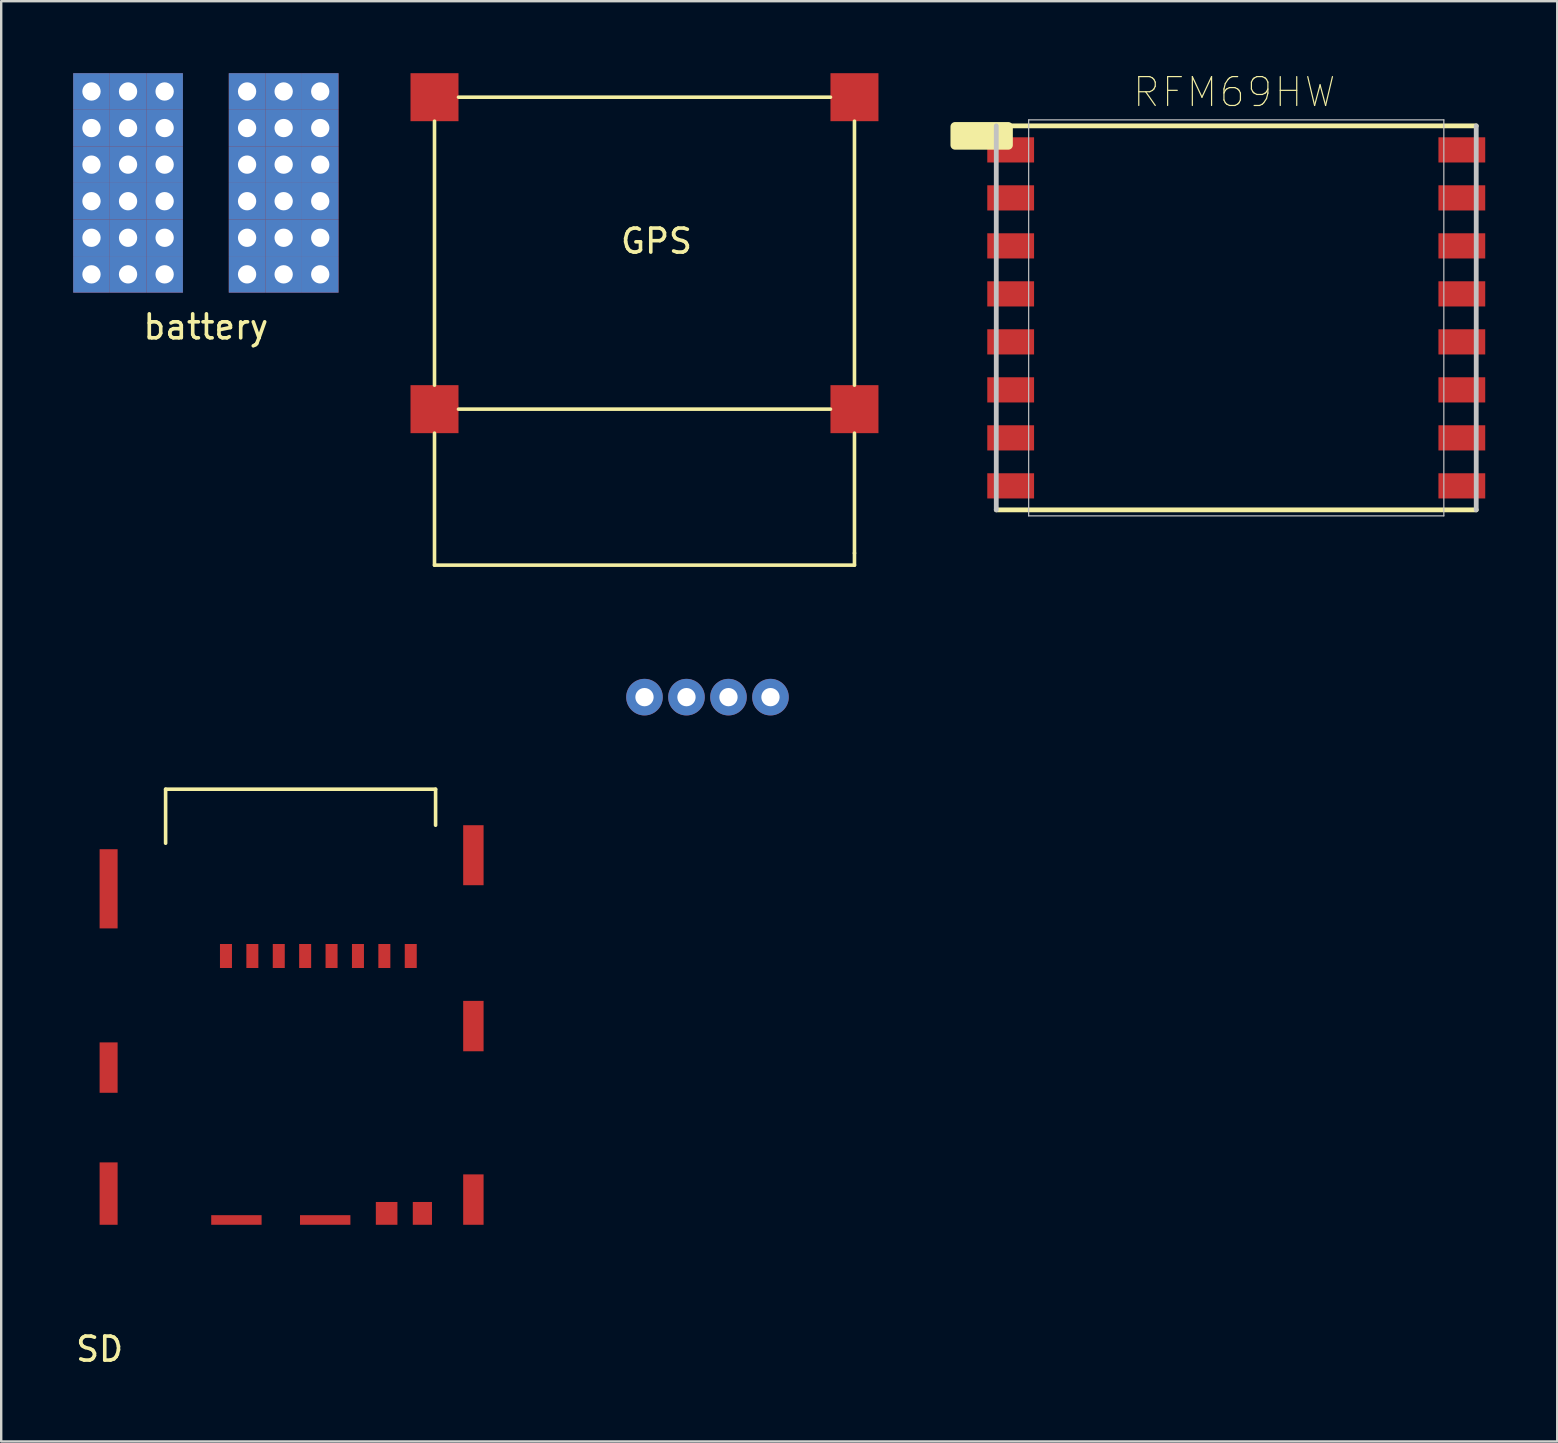
<source format=kicad_pcb>
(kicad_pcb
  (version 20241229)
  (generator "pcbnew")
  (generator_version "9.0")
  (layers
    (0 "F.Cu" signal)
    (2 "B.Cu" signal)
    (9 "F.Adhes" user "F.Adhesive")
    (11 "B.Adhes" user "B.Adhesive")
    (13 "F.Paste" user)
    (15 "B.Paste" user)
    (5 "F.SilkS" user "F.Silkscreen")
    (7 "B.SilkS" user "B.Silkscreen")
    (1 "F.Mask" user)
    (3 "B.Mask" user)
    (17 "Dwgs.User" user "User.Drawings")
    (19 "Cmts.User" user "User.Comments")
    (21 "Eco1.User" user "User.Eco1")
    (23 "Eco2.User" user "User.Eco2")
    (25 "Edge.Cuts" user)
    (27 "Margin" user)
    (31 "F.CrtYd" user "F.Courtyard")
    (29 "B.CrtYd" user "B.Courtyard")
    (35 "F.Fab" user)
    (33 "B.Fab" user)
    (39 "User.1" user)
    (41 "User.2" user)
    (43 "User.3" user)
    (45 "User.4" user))
  (footprint "GPS"
    (layer "F.Cu")
    (at 23.806 14)
    (property "Reference" "GPS" (at 0.5 -7 0) (layer "F.SilkS") (effects (font (size 1 1) (thickness 0.15))))
    (attr through_hole)
    (fp_line (start -8.75 -12) (end -8.75 -1) (stroke (width 0.15) (type solid)) (layer "F.SilkS"))
    (fp_line (start -8.75 1) (end -8.75 6.5) (stroke (width 0.15) (type solid)) (layer "F.SilkS"))
    (fp_line (start -7.75 0) (end 7.75 0) (stroke (width 0.15) (type solid)) (layer "F.SilkS"))
    (fp_line (start 7.75 -13) (end -7.75 -13) (stroke (width 0.15) (type solid)) (layer "F.SilkS"))
    (fp_line (start 8.75 -1) (end 8.75 -12) (stroke (width 0.15) (type solid)) (layer "F.SilkS"))
    (fp_line (start 8.75 1) (end 8.75 6) (stroke (width 0.15) (type solid)) (layer "F.SilkS"))
    (fp_line (start 8.75 6) (end 8.75 6.5) (stroke (width 0.15) (type solid)) (layer "F.SilkS"))
    (fp_line (start 8.75 6.5) (end -8.75 6.5) (stroke (width 0.15) (type solid)) (layer "F.SilkS"))
    (pad "" connect rect (at -8.75 -13) (size 2 2) (layers "F.Cu" "F.Mask"))
    (pad "" connect rect (at -8.75 0) (size 2 2) (layers "F.Cu" "F.Mask"))
    (pad "" connect rect (at 8.75 -13) (size 2 2) (layers "F.Cu" "F.Mask"))
    (pad "" connect rect (at 8.75 0) (size 2 2) (layers "F.Cu" "F.Mask"))
    (pad "1" thru_hole circle (at 5.25 12) (size 1.524 1.524) (drill 0.762) (layers "*.Cu" "*.Mask"))
    (pad "2" thru_hole circle (at 3.5 12) (size 1.524 1.524) (drill 0.762) (layers "*.Cu" "*.Mask"))
    (pad "3" thru_hole circle (at 1.75 12) (size 1.524 1.524) (drill 0.762) (layers "*.Cu" "*.Mask"))
    (pad "4" thru_hole circle (at 0 12) (size 1.524 1.524) (drill 0.762) (layers "*.Cu" "*.Mask")))
  (footprint "RFM69HW"
    (layer "F.Cu")
    (at 48.465 10.196)
    (property "Reference" "RFM69HW" (at -0.084 -9.405 0) (layer "F.SilkS") (effects (font (size 1.202 1.202) (thickness 0.05))))
    (attr smd)
    (fp_line (start -10 -8) (end 10 -8) (stroke (width 0.2) (type solid)) (layer "F.SilkS"))
    (fp_line (start 10 8) (end -10 8) (stroke (width 0.2) (type solid)) (layer "F.SilkS"))
    (fp_poly (pts (xy -11.718 -7.2) (xy -9.5 -7.2) (xy -9.5 -7.969) (xy -11.718 -7.969)) (stroke (width 0.381) (type solid)) (fill yes) (layer "F.SilkS"))
    (fp_line (start -10 8) (end -10 -8) (stroke (width 0.2) (type solid)) (layer "Dwgs.User"))
    (fp_line (start -8.65 -8.25) (end 8.65 -8.25) (stroke (width 0.05) (type solid)) (layer "Dwgs.User"))
    (fp_line (start -8.65 8.25) (end -8.65 -8.25) (stroke (width 0.05) (type solid)) (layer "Dwgs.User"))
    (fp_line (start 8.65 -8.25) (end 8.65 8.25) (stroke (width 0.05) (type solid)) (layer "Dwgs.User"))
    (fp_line (start 8.65 8.25) (end -8.65 8.25) (stroke (width 0.05) (type solid)) (layer "Dwgs.User"))
    (fp_line (start 10 -8) (end 10 8) (stroke (width 0.2) (type solid)) (layer "Dwgs.User"))
    (pad "1" smd rect (at -9.4 -7) (size 1.95 1.05) (layers "F.Cu" "F.Mask" "F.Paste"))
    (pad "2" smd rect (at -9.4 -5) (size 1.95 1.05) (layers "F.Cu" "F.Mask" "F.Paste"))
    (pad "3" smd rect (at -9.4 -3) (size 1.95 1.05) (layers "F.Cu" "F.Mask" "F.Paste"))
    (pad "4" smd rect (at -9.4 -1) (size 1.95 1.05) (layers "F.Cu" "F.Mask" "F.Paste"))
    (pad "5" smd rect (at -9.4 1) (size 1.95 1.05) (layers "F.Cu" "F.Mask" "F.Paste"))
    (pad "6" smd rect (at -9.4 3) (size 1.95 1.05) (layers "F.Cu" "F.Mask" "F.Paste"))
    (pad "7" smd rect (at -9.4 5) (size 1.95 1.05) (layers "F.Cu" "F.Mask" "F.Paste"))
    (pad "8" smd rect (at -9.4 7) (size 1.95 1.05) (layers "F.Cu" "F.Mask" "F.Paste"))
    (pad "9" smd rect (at 9.4 7 180) (size 1.95 1.05) (layers "F.Cu" "F.Mask" "F.Paste"))
    (pad "10" smd rect (at 9.4 5 180) (size 1.95 1.05) (layers "F.Cu" "F.Mask" "F.Paste"))
    (pad "11" smd rect (at 9.4 3 180) (size 1.95 1.05) (layers "F.Cu" "F.Mask" "F.Paste"))
    (pad "12" smd rect (at 9.4 1 180) (size 1.95 1.05) (layers "F.Cu" "F.Mask" "F.Paste"))
    (pad "13" smd rect (at 9.4 -1 180) (size 1.95 1.05) (layers "F.Cu" "F.Mask" "F.Paste"))
    (pad "14" smd rect (at 9.4 -3 180) (size 1.95 1.05) (layers "F.Cu" "F.Mask" "F.Paste"))
    (pad "15" smd rect (at 9.4 -5 180) (size 1.95 1.05) (layers "F.Cu" "F.Mask" "F.Paste"))
    (pad "16" smd rect (at 9.4 -7 180) (size 1.95 1.05) (layers "F.Cu" "F.Mask" "F.Paste")))
  (footprint "battery"
    (layer "F.Cu")
    (at 5.528 4.572)
    (property "Reference" "battery" (at 0 6 0) (layer "F.SilkS") (effects (font (size 1 1) (thickness 0.15))))
    (attr through_hole)
    (pad "1" thru_hole rect (at -4.766 -3.81) (size 1.524 1.524) (drill 0.762) (layers "*.Cu" "*.Mask"))
    (pad "1" thru_hole rect (at -4.766 -2.286) (size 1.524 1.524) (drill 0.762) (layers "*.Cu" "*.Mask"))
    (pad "1" thru_hole rect (at -4.766 -0.762) (size 1.524 1.524) (drill 0.762) (layers "*.Cu" "*.Mask"))
    (pad "1" thru_hole rect (at -4.766 0.762) (size 1.524 1.524) (drill 0.762) (layers "*.Cu" "*.Mask"))
    (pad "1" thru_hole rect (at -4.766 2.286) (size 1.524 1.524) (drill 0.762) (layers "*.Cu" "*.Mask"))
    (pad "1" thru_hole rect (at -4.766 3.81) (size 1.524 1.524) (drill 0.762) (layers "*.Cu" "*.Mask"))
    (pad "1" thru_hole rect (at -3.242 -3.81) (size 1.524 1.524) (drill 0.762) (layers "*.Cu" "*.Mask"))
    (pad "1" thru_hole rect (at -3.242 -2.286) (size 1.524 1.524) (drill 0.762) (layers "*.Cu" "*.Mask"))
    (pad "1" thru_hole rect (at -3.242 -0.762) (size 1.524 1.524) (drill 0.762) (layers "*.Cu" "*.Mask"))
    (pad "1" thru_hole rect (at -3.242 0.762) (size 1.524 1.524) (drill 0.762) (layers "*.Cu" "*.Mask"))
    (pad "1" thru_hole rect (at -3.242 2.286) (size 1.524 1.524) (drill 0.762) (layers "*.Cu" "*.Mask"))
    (pad "1" thru_hole rect (at -3.242 3.81) (size 1.524 1.524) (drill 0.762) (layers "*.Cu" "*.Mask"))
    (pad "1" thru_hole rect (at -1.718 -3.81) (size 1.524 1.524) (drill 0.762) (layers "*.Cu" "*.Mask"))
    (pad "1" thru_hole rect (at -1.718 -2.286) (size 1.524 1.524) (drill 0.762) (layers "*.Cu" "*.Mask"))
    (pad "1" thru_hole rect (at -1.718 -0.762) (size 1.524 1.524) (drill 0.762) (layers "*.Cu" "*.Mask"))
    (pad "1" thru_hole rect (at -1.718 0.762) (size 1.524 1.524) (drill 0.762) (layers "*.Cu" "*.Mask"))
    (pad "1" thru_hole rect (at -1.718 2.286) (size 1.524 1.524) (drill 0.762) (layers "*.Cu" "*.Mask"))
    (pad "1" thru_hole rect (at -1.718 3.81) (size 1.524 1.524) (drill 0.762) (layers "*.Cu" "*.Mask"))
    (pad "2" thru_hole rect (at 1.718 -3.81) (size 1.524 1.524) (drill 0.762) (layers "*.Cu" "*.Mask"))
    (pad "2" thru_hole rect (at 1.718 -2.286) (size 1.524 1.524) (drill 0.762) (layers "*.Cu" "*.Mask"))
    (pad "2" thru_hole rect (at 1.718 -0.762) (size 1.524 1.524) (drill 0.762) (layers "*.Cu" "*.Mask"))
    (pad "2" thru_hole rect (at 1.718 0.762) (size 1.524 1.524) (drill 0.762) (layers "*.Cu" "*.Mask"))
    (pad "2" thru_hole rect (at 1.718 2.286) (size 1.524 1.524) (drill 0.762) (layers "*.Cu" "*.Mask"))
    (pad "2" thru_hole rect (at 1.718 3.81) (size 1.524 1.524) (drill 0.762) (layers "*.Cu" "*.Mask"))
    (pad "2" thru_hole rect (at 3.242 -3.81) (size 1.524 1.524) (drill 0.762) (layers "*.Cu" "*.Mask"))
    (pad "2" thru_hole rect (at 3.242 -2.286) (size 1.524 1.524) (drill 0.762) (layers "*.Cu" "*.Mask"))
    (pad "2" thru_hole rect (at 3.242 -0.762) (size 1.524 1.524) (drill 0.762) (layers "*.Cu" "*.Mask"))
    (pad "2" thru_hole rect (at 3.242 0.762) (size 1.524 1.524) (drill 0.762) (layers "*.Cu" "*.Mask"))
    (pad "2" thru_hole rect (at 3.242 2.286) (size 1.524 1.524) (drill 0.762) (layers "*.Cu" "*.Mask"))
    (pad "2" thru_hole rect (at 3.242 3.81) (size 1.524 1.524) (drill 0.762) (layers "*.Cu" "*.Mask"))
    (pad "2" thru_hole rect (at 4.766 -3.81) (size 1.524 1.524) (drill 0.762) (layers "*.Cu" "*.Mask"))
    (pad "2" thru_hole rect (at 4.766 -2.286) (size 1.524 1.524) (drill 0.762) (layers "*.Cu" "*.Mask"))
    (pad "2" thru_hole rect (at 4.766 -0.762) (size 1.524 1.524) (drill 0.762) (layers "*.Cu" "*.Mask"))
    (pad "2" thru_hole rect (at 4.766 0.762) (size 1.524 1.524) (drill 0.762) (layers "*.Cu" "*.Mask"))
    (pad "2" thru_hole rect (at 4.766 2.286) (size 1.524 1.524) (drill 0.762) (layers "*.Cu" "*.Mask"))
    (pad "2" thru_hole rect (at 4.766 3.81) (size 1.524 1.524) (drill 0.762) (layers "*.Cu" "*.Mask")))
  (footprint "SD"
    (layer "F.Cu")
    (at 1.101 32.087)
    (property "Reference" "SD" (at 0 21.082 0) (layer "F.SilkS") (effects (font (size 1 1) (thickness 0.15))))
    (attr through_hole)
    (fp_line (start 2.75 -2.25) (end 2.75 0) (stroke (width 0.15) (type solid)) (layer "F.SilkS"))
    (fp_line (start 14 -2.25) (end 2.75 -2.25) (stroke (width 0.15) (type solid)) (layer "F.SilkS"))
    (fp_line (start 14 -0.75) (end 14 -2.25) (stroke (width 0.15) (type solid)) (layer "F.SilkS"))
    (pad "" smd rect (at 0.375 1.9) (size 0.75 3.3) (layers "F.Cu" "F.Mask" "F.Paste"))
    (pad "" smd rect (at 0.375 9.35) (size 0.75 2.1) (layers "F.Cu" "F.Mask" "F.Paste"))
    (pad "" smd rect (at 0.375 14.6) (size 0.75 2.6) (layers "F.Cu" "F.Mask" "F.Paste"))
    (pad "" smd rect (at 5.7 15.7) (size 2.1 0.4) (layers "F.Cu" "F.Mask" "F.Paste"))
    (pad "" smd rect (at 9.4 15.7) (size 2.1 0.4) (layers "F.Cu" "F.Mask" "F.Paste"))
    (pad "" smd rect (at 13.45 15.425) (size 0.8 0.95) (layers "F.Cu" "F.Mask" "F.Paste"))
    (pad "" smd rect (at 15.575 0.5) (size 0.85 2.5) (layers "F.Cu" "F.Mask" "F.Paste"))
    (pad "" smd rect (at 15.575 7.62) (size 0.85 2.1) (layers "F.Cu" "F.Mask" "F.Paste"))
    (pad "" smd rect (at 15.575 14.85) (size 0.85 2.1) (layers "F.Cu" "F.Mask" "F.Paste"))
    (pad "1" smd rect (at 5.265 4.7) (size 0.5 1) (layers "F.Cu" "F.Mask" "F.Paste"))
    (pad "2" smd rect (at 6.365 4.7) (size 0.5 1) (layers "F.Cu" "F.Mask" "F.Paste"))
    (pad "3" smd rect (at 7.465 4.7) (size 0.5 1) (layers "F.Cu" "F.Mask" "F.Paste"))
    (pad "4" smd rect (at 8.565 4.7) (size 0.5 1) (layers "F.Cu" "F.Mask" "F.Paste"))
    (pad "5" smd rect (at 9.665 4.7) (size 0.5 1) (layers "F.Cu" "F.Mask" "F.Paste"))
    (pad "6" smd rect (at 10.765 4.7) (size 0.5 1) (layers "F.Cu" "F.Mask" "F.Paste"))
    (pad "7" smd rect (at 11.865 4.7) (size 0.5 1) (layers "F.Cu" "F.Mask" "F.Paste"))
    (pad "8" smd rect (at 12.965 4.7) (size 0.5 1) (layers "F.Cu" "F.Mask" "F.Paste"))
    (pad "9" smd rect (at 11.96 15.425) (size 0.9 0.95) (layers "F.Cu" "F.Mask" "F.Paste")))
  (gr_rect
    (start -3 -3)
    (end 61.84 57.017)
    (stroke (width 0.1) (type default))
    (fill no)
    (layer "Edge.Cuts")))
</source>
